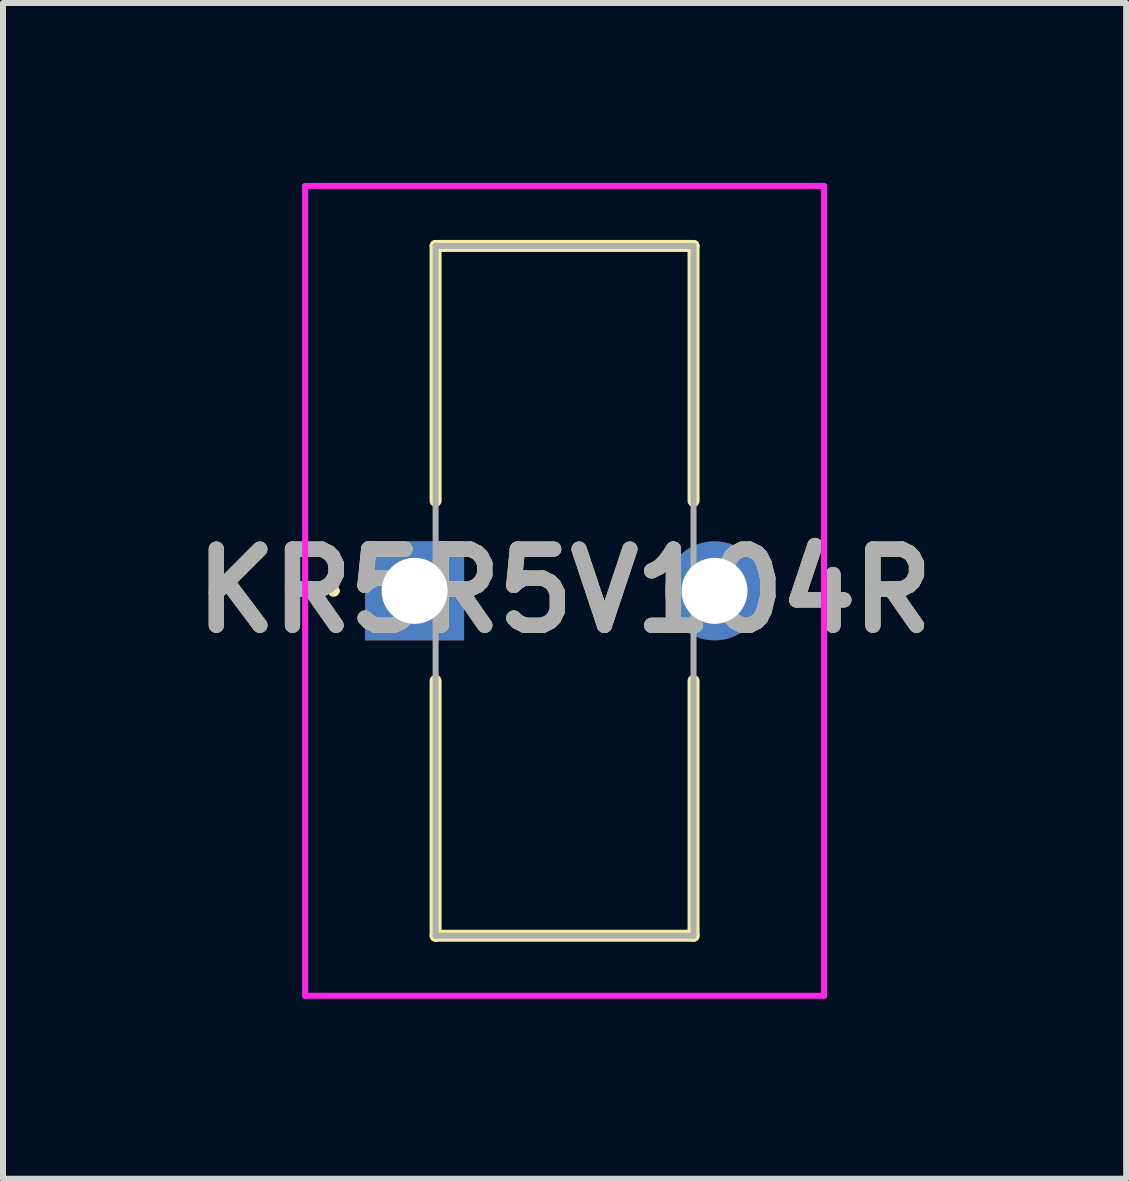
<source format=kicad_pcb>
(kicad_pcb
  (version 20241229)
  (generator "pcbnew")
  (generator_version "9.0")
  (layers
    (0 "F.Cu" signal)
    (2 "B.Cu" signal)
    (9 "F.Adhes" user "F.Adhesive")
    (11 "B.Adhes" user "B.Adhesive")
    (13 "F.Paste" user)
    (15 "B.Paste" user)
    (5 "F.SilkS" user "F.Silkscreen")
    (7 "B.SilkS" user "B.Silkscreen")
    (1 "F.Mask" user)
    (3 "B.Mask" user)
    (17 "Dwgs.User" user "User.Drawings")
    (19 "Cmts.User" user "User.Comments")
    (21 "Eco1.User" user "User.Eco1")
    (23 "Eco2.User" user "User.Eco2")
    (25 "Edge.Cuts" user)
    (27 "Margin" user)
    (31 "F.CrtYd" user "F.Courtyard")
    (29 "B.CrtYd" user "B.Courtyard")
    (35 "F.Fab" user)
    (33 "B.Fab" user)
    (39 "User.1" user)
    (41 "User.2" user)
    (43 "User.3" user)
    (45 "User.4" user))
  (footprint "KR5R5V104R"
    (layer "F.Cu")
    (at 3.862 6.8)
    (property "Reference" "KR5R5V104R" (at 2.5 0 0) (layer "F.SilkS") (effects (font (size 1.27 1.27) (thickness 0.254))))
    (attr through_hole)
    (fp_line (start -1.4 0) (end -1.4 0) (stroke (width 0.1) (type solid)) (layer "F.SilkS"))
    (fp_line (start -1.3 0) (end -1.3 0) (stroke (width 0.1) (type solid)) (layer "F.SilkS"))
    (fp_line (start 0.35 -5.75) (end 4.65 -5.75) (stroke (width 0.2) (type solid)) (layer "F.SilkS"))
    (fp_line (start 0.35 -1.5) (end 0.35 -5.75) (stroke (width 0.2) (type solid)) (layer "F.SilkS"))
    (fp_line (start 0.35 1.5) (end 0.35 5.75) (stroke (width 0.2) (type solid)) (layer "F.SilkS"))
    (fp_line (start 0.35 5.75) (end 4.65 5.75) (stroke (width 0.2) (type solid)) (layer "F.SilkS"))
    (fp_line (start 4.65 -5.75) (end 4.65 -1.5) (stroke (width 0.2) (type solid)) (layer "F.SilkS"))
    (fp_line (start 4.65 5.75) (end 4.65 1.5) (stroke (width 0.2) (type solid)) (layer "F.SilkS"))
    (fp_arc (start -1.4 0) (mid -1.35 -0.05) (end -1.3 0) (stroke (width 0.1) (type solid)) (layer "F.SilkS"))
    (fp_arc (start -1.3 0) (mid -1.35 0.05) (end -1.4 0) (stroke (width 0.1) (type solid)) (layer "F.SilkS"))
    (fp_line (start -1.825 -6.75) (end 6.825 -6.75) (stroke (width 0.1) (type solid)) (layer "F.CrtYd"))
    (fp_line (start -1.825 6.75) (end -1.825 -6.75) (stroke (width 0.1) (type solid)) (layer "F.CrtYd"))
    (fp_line (start 6.825 -6.75) (end 6.825 6.75) (stroke (width 0.1) (type solid)) (layer "F.CrtYd"))
    (fp_line (start 6.825 6.75) (end -1.825 6.75) (stroke (width 0.1) (type solid)) (layer "F.CrtYd"))
    (fp_line (start 0.35 -5.75) (end 4.65 -5.75) (stroke (width 0.1) (type solid)) (layer "F.Fab"))
    (fp_line (start 0.35 5.75) (end 0.35 -5.75) (stroke (width 0.1) (type solid)) (layer "F.Fab"))
    (fp_line (start 4.65 -5.75) (end 4.65 5.75) (stroke (width 0.1) (type solid)) (layer "F.Fab"))
    (fp_line (start 4.65 5.75) (end 0.35 5.75) (stroke (width 0.1) (type solid)) (layer "F.Fab"))
    (fp_text user "${REFERENCE}" (at 2.5 0 0) (layer "F.Fab") (effects (font (size 1.27 1.27) (thickness 0.254))))
    (pad "1" thru_hole rect (at 0 0) (size 1.65 1.65) (drill 1.1) (layers "*.Cu" "*.Mask"))
    (pad "2" thru_hole circle (at 5 0) (size 1.65 1.65) (drill 1.1) (layers "*.Cu" "*.Mask")))
  (gr_rect
    (start -3 -3)
    (end 15.724 16.6)
    (stroke (width 0.1) (type default))
    (fill no)
    (layer "Edge.Cuts")))
</source>
